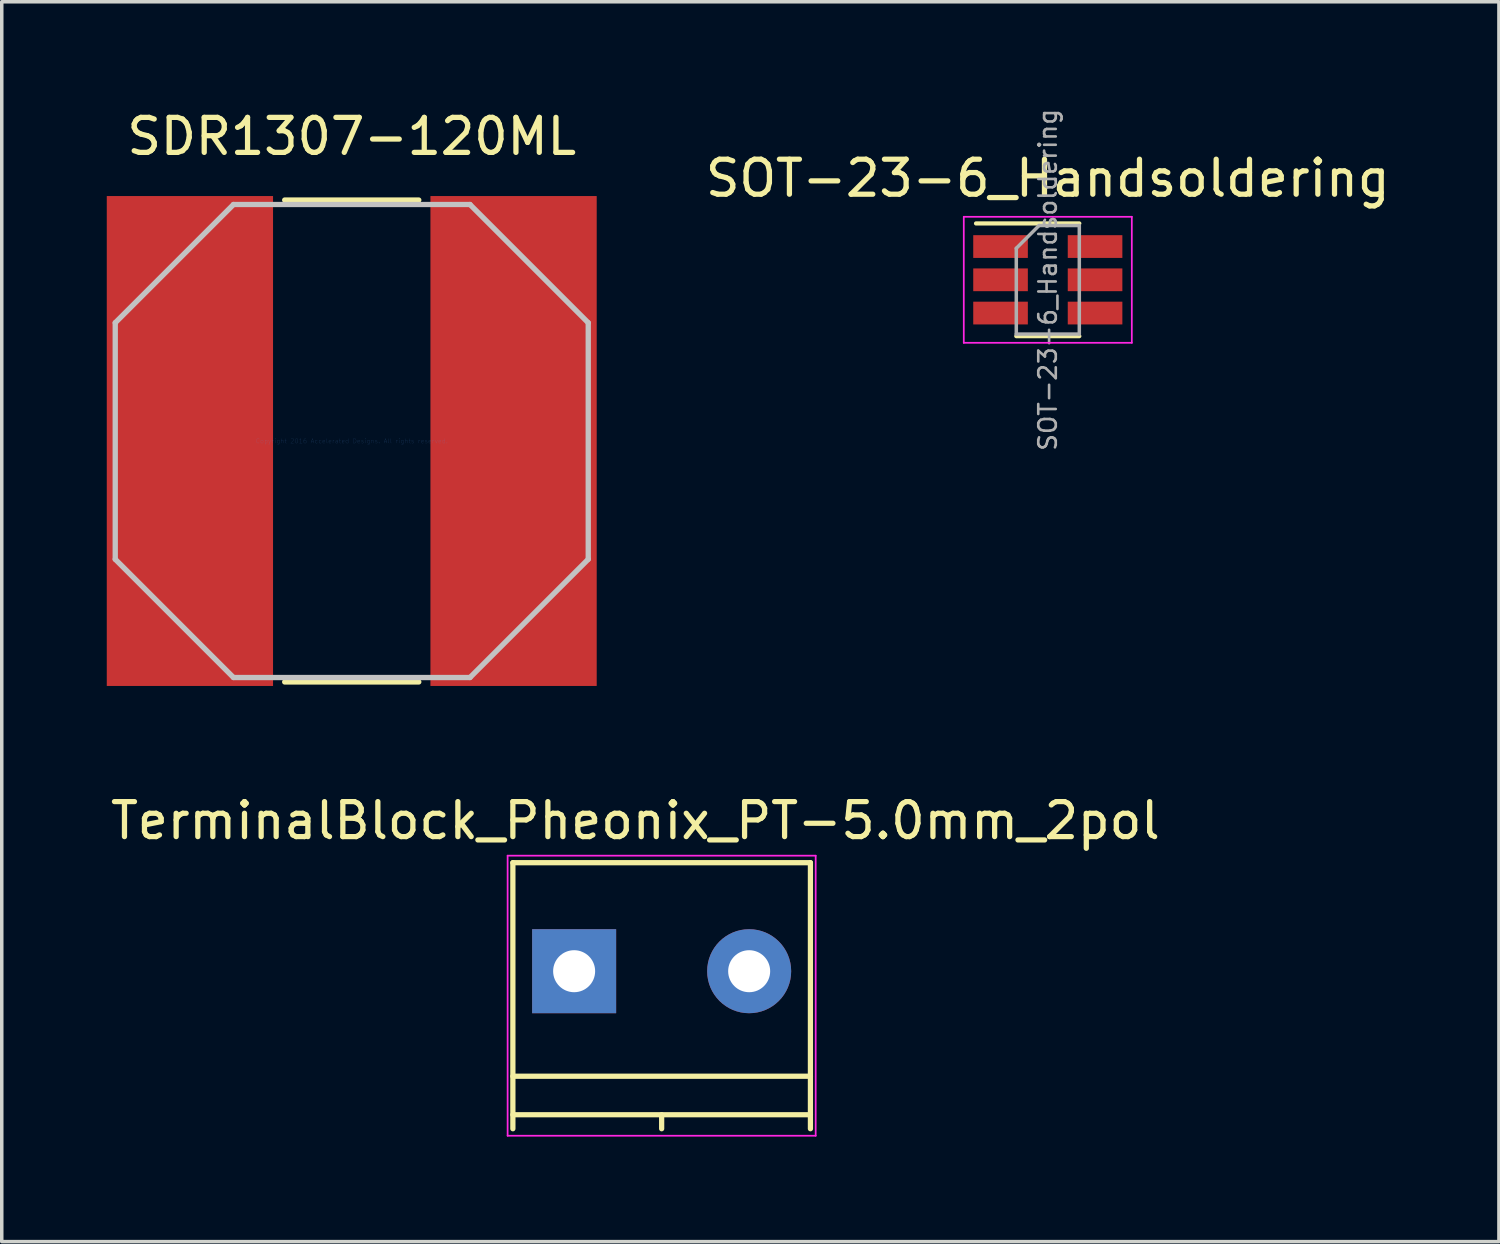
<source format=kicad_pcb>
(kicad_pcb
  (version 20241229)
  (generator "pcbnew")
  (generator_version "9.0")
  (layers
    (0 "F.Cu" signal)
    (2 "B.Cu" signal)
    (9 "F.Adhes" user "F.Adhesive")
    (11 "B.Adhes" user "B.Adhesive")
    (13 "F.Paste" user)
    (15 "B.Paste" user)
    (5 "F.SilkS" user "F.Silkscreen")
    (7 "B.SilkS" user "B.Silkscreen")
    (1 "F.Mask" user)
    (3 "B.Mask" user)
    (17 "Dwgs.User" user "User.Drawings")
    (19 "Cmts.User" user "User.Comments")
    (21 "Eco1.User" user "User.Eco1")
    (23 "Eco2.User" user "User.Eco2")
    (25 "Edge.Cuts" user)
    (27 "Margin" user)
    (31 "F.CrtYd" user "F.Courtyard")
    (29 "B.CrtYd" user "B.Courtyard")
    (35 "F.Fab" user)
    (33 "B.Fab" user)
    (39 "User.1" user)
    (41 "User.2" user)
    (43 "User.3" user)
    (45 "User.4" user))
  (footprint "SOT-23-6_Handsoldering"
    (layer "F.Cu")
    (at 26.882 4.943)
    (property "Reference" "SOT-23-6_Handsoldering" (at 0 -2.9 0) (layer "F.SilkS") (effects (font (size 1 1) (thickness 0.15))))
    (attr smd)
    (fp_line (start -0.9 1.61) (end 0.9 1.61) (stroke (width 0.12) (type solid)) (layer "F.SilkS"))
    (fp_line (start 0.9 -1.61) (end -2.05 -1.61) (stroke (width 0.12) (type solid)) (layer "F.SilkS"))
    (fp_line (start -2.4 -1.8) (end 2.4 -1.8) (stroke (width 0.05) (type solid)) (layer "F.CrtYd"))
    (fp_line (start -2.4 1.8) (end -2.4 -1.8) (stroke (width 0.05) (type solid)) (layer "F.CrtYd"))
    (fp_line (start 2.4 -1.8) (end 2.4 1.8) (stroke (width 0.05) (type solid)) (layer "F.CrtYd"))
    (fp_line (start 2.4 1.8) (end -2.4 1.8) (stroke (width 0.05) (type solid)) (layer "F.CrtYd"))
    (fp_line (start -0.9 -0.9) (end -0.9 1.55) (stroke (width 0.1) (type solid)) (layer "F.Fab"))
    (fp_line (start -0.9 -0.9) (end -0.25 -1.55) (stroke (width 0.1) (type solid)) (layer "F.Fab"))
    (fp_line (start 0.9 -1.55) (end -0.25 -1.55) (stroke (width 0.1) (type solid)) (layer "F.Fab"))
    (fp_line (start 0.9 -1.55) (end 0.9 1.55) (stroke (width 0.1) (type solid)) (layer "F.Fab"))
    (fp_line (start 0.9 1.55) (end -0.9 1.55) (stroke (width 0.1) (type solid)) (layer "F.Fab"))
    (fp_text user "${REFERENCE}" (at 0 0 90) (layer "F.Fab") (effects (font (size 0.5 0.5) (thickness 0.075))))
    (pad "1" smd rect (at -1.35 -0.95) (size 1.56 0.65) (layers "F.Cu" "F.Mask" "F.Paste"))
    (pad "2" smd rect (at -1.35 0) (size 1.56 0.65) (layers "F.Cu" "F.Mask" "F.Paste"))
    (pad "3" smd rect (at -1.35 0.95) (size 1.56 0.65) (layers "F.Cu" "F.Mask" "F.Paste"))
    (pad "4" smd rect (at 1.35 0.95) (size 1.56 0.65) (layers "F.Cu" "F.Mask" "F.Paste"))
    (pad "5" smd rect (at 1.35 0) (size 1.56 0.65) (layers "F.Cu" "F.Mask" "F.Paste"))
    (pad "6" smd rect (at 1.35 -0.95) (size 1.56 0.65) (layers "F.Cu" "F.Mask" "F.Paste")))
  (footprint "SDR1307-120ML"
    (layer "F.Cu")
    (at 6.998 9.548)
    (property "Reference" "SDR1307-120ML" (at 0 -8.7 0) (layer "F.SilkS") (effects (font (size 1 1) (thickness 0.15))))
    (attr through_hole)
    (fp_line (start -1.915 6.883) (end 1.915 6.883) (stroke (width 0.152) (type solid)) (layer "F.SilkS"))
    (fp_line (start 1.915 -6.883) (end -1.915 -6.883) (stroke (width 0.152) (type solid)) (layer "F.SilkS"))
    (fp_line (start -6.756 -3.378) (end -6.756 3.378) (stroke (width 0.152) (type solid)) (layer "Dwgs.User"))
    (fp_line (start -6.756 3.378) (end -3.378 6.756) (stroke (width 0.152) (type solid)) (layer "Dwgs.User"))
    (fp_line (start -3.378 -6.756) (end -6.756 -3.378) (stroke (width 0.152) (type solid)) (layer "Dwgs.User"))
    (fp_line (start -3.378 6.756) (end 3.378 6.756) (stroke (width 0.152) (type solid)) (layer "Dwgs.User"))
    (fp_line (start 3.378 -6.756) (end -3.378 -6.756) (stroke (width 0.152) (type solid)) (layer "Dwgs.User"))
    (fp_line (start 3.378 6.756) (end 6.756 3.378) (stroke (width 0.152) (type solid)) (layer "Dwgs.User"))
    (fp_line (start 6.756 -3.378) (end 3.378 -6.756) (stroke (width 0.152) (type solid)) (layer "Dwgs.User"))
    (fp_line (start 6.756 3.378) (end 6.756 -3.378) (stroke (width 0.152) (type solid)) (layer "Dwgs.User"))
    (fp_text user "Copyright 2016 Accelerated Designs. All rights reserved." (at 0 0 0) (layer "Cmts.User") (effects (font (size 0.127 0.127) (thickness 0.002))))
    (pad "1" smd rect (at -4.623 0) (size 4.75 13.995) (layers "F.Cu"))
    (pad "2" smd rect (at 4.623 0) (size 4.75 13.995) (layers "F.Cu")))
  (footprint "TerminalBlock_Pheonix_PT-5.0mm_2pol"
    (layer "F.Cu")
    (at 15.851 24.694)
    (property "Reference" "TerminalBlock_Pheonix_PT-5.0mm_2pol" (at -0.75 -4.3 0) (layer "F.SilkS") (effects (font (size 1 1) (thickness 0.15))))
    (attr through_hole)
    (fp_line (start -4.25 -3.1) (end -4.25 4.5) (stroke (width 0.15) (type solid)) (layer "F.SilkS"))
    (fp_line (start -4.25 3) (end 4.25 3) (stroke (width 0.15) (type solid)) (layer "F.SilkS"))
    (fp_line (start -4.25 4.1) (end 4.25 4.1) (stroke (width 0.15) (type solid)) (layer "F.SilkS"))
    (fp_line (start 0 4.1) (end 0 4.5) (stroke (width 0.15) (type solid)) (layer "F.SilkS"))
    (fp_line (start 4.25 -3.1) (end -4.25 -3.1) (stroke (width 0.15) (type solid)) (layer "F.SilkS"))
    (fp_line (start 4.25 4.5) (end 4.25 -3.1) (stroke (width 0.15) (type solid)) (layer "F.SilkS"))
    (fp_line (start -4.4 -3.3) (end 4.4 -3.3) (stroke (width 0.05) (type solid)) (layer "F.CrtYd"))
    (fp_line (start -4.4 4.7) (end -4.4 -3.3) (stroke (width 0.05) (type solid)) (layer "F.CrtYd"))
    (fp_line (start 4.4 -3.3) (end 4.4 4.7) (stroke (width 0.05) (type solid)) (layer "F.CrtYd"))
    (fp_line (start 4.4 4.7) (end -4.4 4.7) (stroke (width 0.05) (type solid)) (layer "F.CrtYd"))
    (pad "1" thru_hole rect (at -2.5 0) (size 2.4 2.4) (drill 1.2) (layers "*.Cu" "*.Mask"))
    (pad "2" thru_hole circle (at 2.5 0) (size 2.4 2.4) (drill 1.2) (layers "*.Cu" "*.Mask")))
  (gr_rect
    (start -3 -3)
    (end 39.769 32.419)
    (stroke (width 0.1) (type default))
    (fill no)
    (layer "Edge.Cuts")))
</source>
